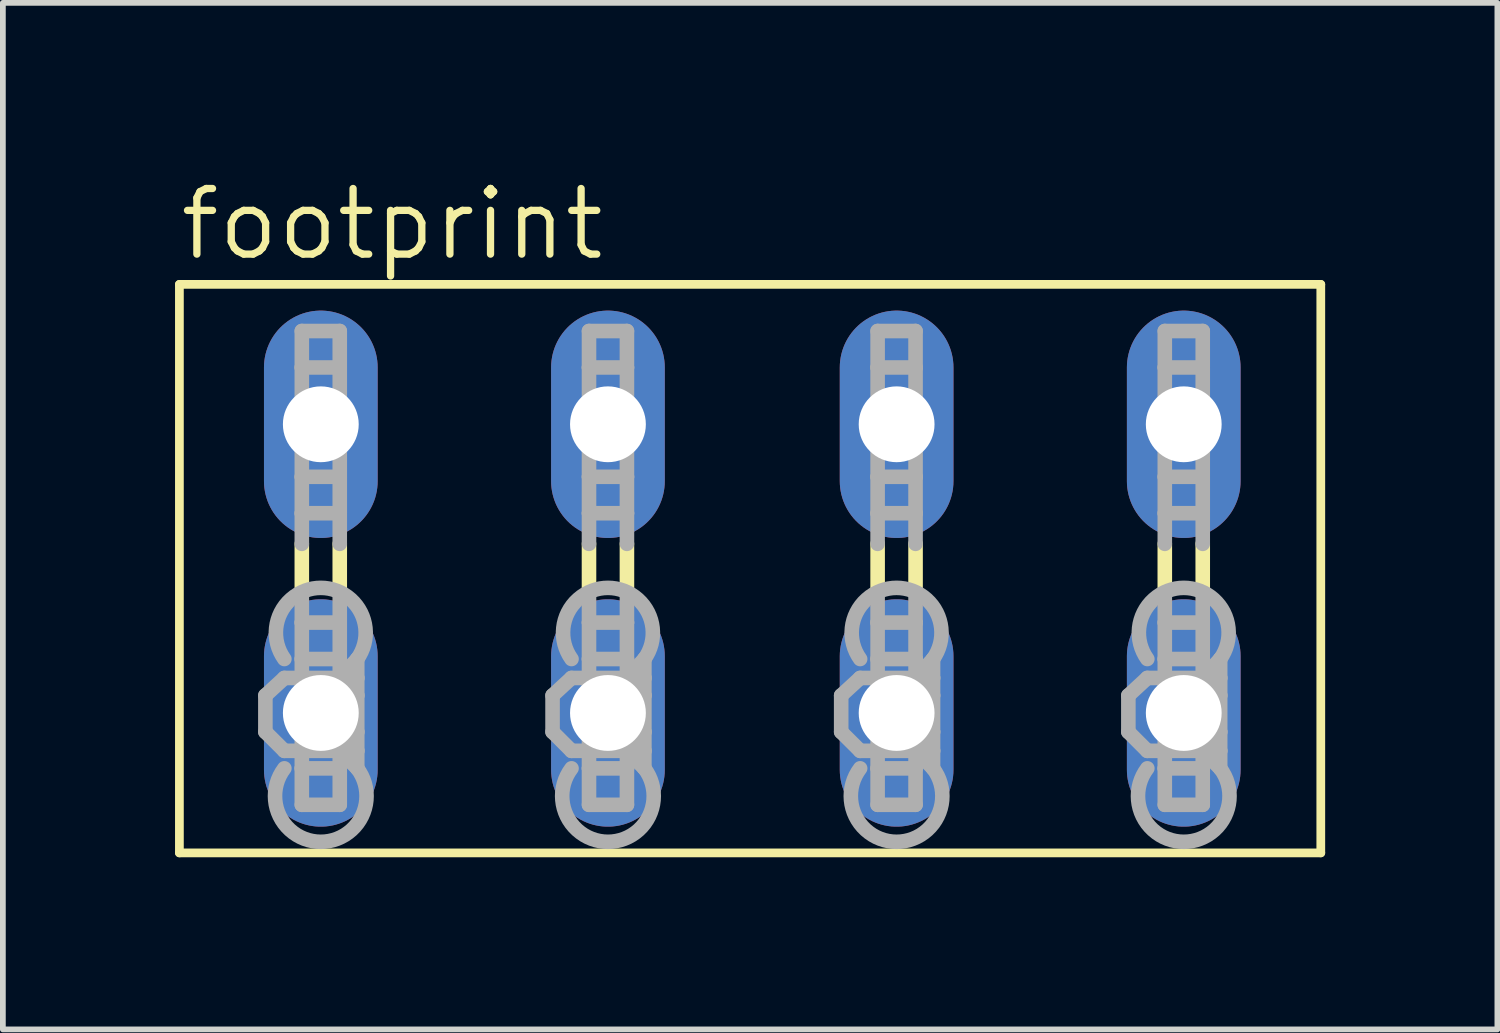
<source format=kicad_pcb>
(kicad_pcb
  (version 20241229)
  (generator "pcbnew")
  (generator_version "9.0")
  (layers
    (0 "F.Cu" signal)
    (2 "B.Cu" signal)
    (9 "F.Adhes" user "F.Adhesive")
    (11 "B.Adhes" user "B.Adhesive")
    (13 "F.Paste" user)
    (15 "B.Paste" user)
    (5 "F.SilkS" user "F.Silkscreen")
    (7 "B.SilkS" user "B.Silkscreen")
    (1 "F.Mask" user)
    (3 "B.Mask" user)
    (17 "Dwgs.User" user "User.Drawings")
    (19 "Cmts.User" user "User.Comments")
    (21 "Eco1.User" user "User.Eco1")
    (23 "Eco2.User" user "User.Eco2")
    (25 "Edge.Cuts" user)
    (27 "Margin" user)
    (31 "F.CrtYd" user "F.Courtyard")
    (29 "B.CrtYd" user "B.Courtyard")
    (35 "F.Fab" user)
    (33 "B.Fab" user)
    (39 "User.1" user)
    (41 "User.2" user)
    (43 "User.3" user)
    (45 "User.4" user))
  (footprint "footprint"
    (layer "F.Cu")
    (at 10.058 6.858)
    (property "Reference" "footprint" (at -10.033 -5.334 0) (layer "F.SilkS") (effects (font (size 1.143 1.143) (thickness 0.127)) (justify left bottom)))
    (fp_line (start -9.982 -4.953) (end -9.982 4.953) (stroke (width 0.152) (type solid)) (layer "F.SilkS"))
    (fp_line (start -9.982 -4.953) (end 9.906 -4.953) (stroke (width 0.152) (type solid)) (layer "F.SilkS"))
    (fp_line (start -7.849 0.432) (end -7.849 -0.432) (stroke (width 0.254) (type solid)) (layer "F.SilkS"))
    (fp_line (start -7.188 0.432) (end -7.188 -0.432) (stroke (width 0.254) (type solid)) (layer "F.SilkS"))
    (fp_line (start -2.845 0.432) (end -2.845 -0.432) (stroke (width 0.254) (type solid)) (layer "F.SilkS"))
    (fp_line (start -2.184 0.432) (end -2.184 -0.432) (stroke (width 0.254) (type solid)) (layer "F.SilkS"))
    (fp_line (start 2.184 0.432) (end 2.184 -0.432) (stroke (width 0.254) (type solid)) (layer "F.SilkS"))
    (fp_line (start 2.845 0.432) (end 2.845 -0.432) (stroke (width 0.254) (type solid)) (layer "F.SilkS"))
    (fp_line (start 7.188 0.432) (end 7.188 -0.432) (stroke (width 0.254) (type solid)) (layer "F.SilkS"))
    (fp_line (start 7.849 0.432) (end 7.849 -0.432) (stroke (width 0.254) (type solid)) (layer "F.SilkS"))
    (fp_line (start 9.906 4.953) (end -9.982 4.953) (stroke (width 0.152) (type solid)) (layer "F.SilkS"))
    (fp_line (start 9.906 4.953) (end 9.906 -4.953) (stroke (width 0.152) (type solid)) (layer "F.SilkS"))
    (fp_line (start -8.484 2.21) (end -8.153 1.905) (stroke (width 0.254) (type solid)) (layer "F.Fab"))
    (fp_line (start -8.484 2.845) (end -8.484 2.21) (stroke (width 0.254) (type solid)) (layer "F.Fab"))
    (fp_line (start -8.484 2.845) (end -8.153 3.175) (stroke (width 0.254) (type solid)) (layer "F.Fab"))
    (fp_line (start -7.849 -4.14) (end -7.188 -4.14) (stroke (width 0.254) (type solid)) (layer "F.Fab"))
    (fp_line (start -7.849 -3.505) (end -7.849 -4.14) (stroke (width 0.254) (type solid)) (layer "F.Fab"))
    (fp_line (start -7.849 -3.505) (end -7.849 -1.6) (stroke (width 0.254) (type solid)) (layer "F.Fab"))
    (fp_line (start -7.849 -1.6) (end -7.849 -0.965) (stroke (width 0.254) (type solid)) (layer "F.Fab"))
    (fp_line (start -7.849 -1.6) (end -7.188 -1.6) (stroke (width 0.254) (type solid)) (layer "F.Fab"))
    (fp_line (start -7.849 -0.965) (end -7.188 -0.965) (stroke (width 0.254) (type solid)) (layer "F.Fab"))
    (fp_line (start -7.849 -0.432) (end -7.849 -0.965) (stroke (width 0.254) (type solid)) (layer "F.Fab"))
    (fp_line (start -7.849 0.94) (end -7.849 0.432) (stroke (width 0.254) (type solid)) (layer "F.Fab"))
    (fp_line (start -7.849 0.94) (end -7.188 0.94) (stroke (width 0.254) (type solid)) (layer "F.Fab"))
    (fp_line (start -7.849 1.575) (end -7.849 0.94) (stroke (width 0.254) (type solid)) (layer "F.Fab"))
    (fp_line (start -7.849 1.575) (end -7.849 3.48) (stroke (width 0.254) (type solid)) (layer "F.Fab"))
    (fp_line (start -7.849 3.48) (end -7.849 4.115) (stroke (width 0.254) (type solid)) (layer "F.Fab"))
    (fp_line (start -7.849 3.48) (end -7.188 3.48) (stroke (width 0.254) (type solid)) (layer "F.Fab"))
    (fp_line (start -7.849 4.115) (end -7.188 4.115) (stroke (width 0.254) (type solid)) (layer "F.Fab"))
    (fp_line (start -7.188 -4.14) (end -7.188 -3.505) (stroke (width 0.254) (type solid)) (layer "F.Fab"))
    (fp_line (start -7.188 -3.505) (end -7.849 -3.505) (stroke (width 0.254) (type solid)) (layer "F.Fab"))
    (fp_line (start -7.188 -1.6) (end -7.188 -3.505) (stroke (width 0.254) (type solid)) (layer "F.Fab"))
    (fp_line (start -7.188 -0.965) (end -7.188 -1.6) (stroke (width 0.254) (type solid)) (layer "F.Fab"))
    (fp_line (start -7.188 -0.432) (end -7.188 -0.965) (stroke (width 0.254) (type solid)) (layer "F.Fab"))
    (fp_line (start -7.188 0.94) (end -7.188 0.432) (stroke (width 0.254) (type solid)) (layer "F.Fab"))
    (fp_line (start -7.188 0.94) (end -7.188 1.575) (stroke (width 0.254) (type solid)) (layer "F.Fab"))
    (fp_line (start -7.188 1.575) (end -7.849 1.575) (stroke (width 0.254) (type solid)) (layer "F.Fab"))
    (fp_line (start -7.188 1.905) (end -8.153 1.905) (stroke (width 0.254) (type solid)) (layer "F.Fab"))
    (fp_line (start -7.188 1.905) (end -7.188 1.575) (stroke (width 0.254) (type solid)) (layer "F.Fab"))
    (fp_line (start -7.188 1.905) (end -6.883 1.575) (stroke (width 0.254) (type solid)) (layer "F.Fab"))
    (fp_line (start -7.188 1.905) (end -6.883 2.21) (stroke (width 0.254) (type solid)) (layer "F.Fab"))
    (fp_line (start -7.188 3.175) (end -8.153 3.175) (stroke (width 0.254) (type solid)) (layer "F.Fab"))
    (fp_line (start -7.188 3.175) (end -7.188 1.905) (stroke (width 0.254) (type solid)) (layer "F.Fab"))
    (fp_line (start -7.188 3.175) (end -6.883 2.845) (stroke (width 0.254) (type solid)) (layer "F.Fab"))
    (fp_line (start -7.188 3.175) (end -6.883 3.48) (stroke (width 0.254) (type solid)) (layer "F.Fab"))
    (fp_line (start -7.188 3.48) (end -7.188 3.175) (stroke (width 0.254) (type solid)) (layer "F.Fab"))
    (fp_line (start -7.188 4.115) (end -7.188 3.48) (stroke (width 0.254) (type solid)) (layer "F.Fab"))
    (fp_line (start -6.883 1.905) (end -7.188 1.905) (stroke (width 0.254) (type solid)) (layer "F.Fab"))
    (fp_line (start -6.883 1.905) (end -6.883 1.575) (stroke (width 0.254) (type solid)) (layer "F.Fab"))
    (fp_line (start -6.883 2.21) (end -6.883 1.905) (stroke (width 0.254) (type solid)) (layer "F.Fab"))
    (fp_line (start -6.883 2.845) (end -6.883 2.21) (stroke (width 0.254) (type solid)) (layer "F.Fab"))
    (fp_line (start -6.883 3.175) (end -7.188 3.175) (stroke (width 0.254) (type solid)) (layer "F.Fab"))
    (fp_line (start -6.883 3.175) (end -6.883 2.845) (stroke (width 0.254) (type solid)) (layer "F.Fab"))
    (fp_line (start -6.883 3.48) (end -6.883 3.175) (stroke (width 0.254) (type solid)) (layer "F.Fab"))
    (fp_line (start -3.48 2.21) (end -3.15 1.905) (stroke (width 0.254) (type solid)) (layer "F.Fab"))
    (fp_line (start -3.48 2.845) (end -3.48 2.21) (stroke (width 0.254) (type solid)) (layer "F.Fab"))
    (fp_line (start -3.48 2.845) (end -3.15 3.175) (stroke (width 0.254) (type solid)) (layer "F.Fab"))
    (fp_line (start -2.845 -4.14) (end -2.184 -4.14) (stroke (width 0.254) (type solid)) (layer "F.Fab"))
    (fp_line (start -2.845 -3.505) (end -2.845 -4.14) (stroke (width 0.254) (type solid)) (layer "F.Fab"))
    (fp_line (start -2.845 -3.505) (end -2.845 -1.6) (stroke (width 0.254) (type solid)) (layer "F.Fab"))
    (fp_line (start -2.845 -1.6) (end -2.845 -0.965) (stroke (width 0.254) (type solid)) (layer "F.Fab"))
    (fp_line (start -2.845 -1.6) (end -2.184 -1.6) (stroke (width 0.254) (type solid)) (layer "F.Fab"))
    (fp_line (start -2.845 -0.965) (end -2.184 -0.965) (stroke (width 0.254) (type solid)) (layer "F.Fab"))
    (fp_line (start -2.845 -0.432) (end -2.845 -0.965) (stroke (width 0.254) (type solid)) (layer "F.Fab"))
    (fp_line (start -2.845 0.94) (end -2.845 0.432) (stroke (width 0.254) (type solid)) (layer "F.Fab"))
    (fp_line (start -2.845 0.94) (end -2.184 0.94) (stroke (width 0.254) (type solid)) (layer "F.Fab"))
    (fp_line (start -2.845 1.575) (end -2.845 0.94) (stroke (width 0.254) (type solid)) (layer "F.Fab"))
    (fp_line (start -2.845 1.575) (end -2.845 3.48) (stroke (width 0.254) (type solid)) (layer "F.Fab"))
    (fp_line (start -2.845 3.48) (end -2.845 4.115) (stroke (width 0.254) (type solid)) (layer "F.Fab"))
    (fp_line (start -2.845 3.48) (end -2.184 3.48) (stroke (width 0.254) (type solid)) (layer "F.Fab"))
    (fp_line (start -2.845 4.115) (end -2.184 4.115) (stroke (width 0.254) (type solid)) (layer "F.Fab"))
    (fp_line (start -2.184 -4.14) (end -2.184 -3.505) (stroke (width 0.254) (type solid)) (layer "F.Fab"))
    (fp_line (start -2.184 -3.505) (end -2.845 -3.505) (stroke (width 0.254) (type solid)) (layer "F.Fab"))
    (fp_line (start -2.184 -1.6) (end -2.184 -3.505) (stroke (width 0.254) (type solid)) (layer "F.Fab"))
    (fp_line (start -2.184 -0.965) (end -2.184 -1.6) (stroke (width 0.254) (type solid)) (layer "F.Fab"))
    (fp_line (start -2.184 -0.432) (end -2.184 -0.965) (stroke (width 0.254) (type solid)) (layer "F.Fab"))
    (fp_line (start -2.184 0.94) (end -2.184 0.432) (stroke (width 0.254) (type solid)) (layer "F.Fab"))
    (fp_line (start -2.184 0.94) (end -2.184 1.575) (stroke (width 0.254) (type solid)) (layer "F.Fab"))
    (fp_line (start -2.184 1.575) (end -2.845 1.575) (stroke (width 0.254) (type solid)) (layer "F.Fab"))
    (fp_line (start -2.184 1.905) (end -3.15 1.905) (stroke (width 0.254) (type solid)) (layer "F.Fab"))
    (fp_line (start -2.184 1.905) (end -2.184 1.575) (stroke (width 0.254) (type solid)) (layer "F.Fab"))
    (fp_line (start -2.184 1.905) (end -1.88 1.575) (stroke (width 0.254) (type solid)) (layer "F.Fab"))
    (fp_line (start -2.184 1.905) (end -1.88 2.21) (stroke (width 0.254) (type solid)) (layer "F.Fab"))
    (fp_line (start -2.184 3.175) (end -3.15 3.175) (stroke (width 0.254) (type solid)) (layer "F.Fab"))
    (fp_line (start -2.184 3.175) (end -2.184 1.905) (stroke (width 0.254) (type solid)) (layer "F.Fab"))
    (fp_line (start -2.184 3.175) (end -1.88 2.845) (stroke (width 0.254) (type solid)) (layer "F.Fab"))
    (fp_line (start -2.184 3.175) (end -1.88 3.48) (stroke (width 0.254) (type solid)) (layer "F.Fab"))
    (fp_line (start -2.184 3.48) (end -2.184 3.175) (stroke (width 0.254) (type solid)) (layer "F.Fab"))
    (fp_line (start -2.184 4.115) (end -2.184 3.48) (stroke (width 0.254) (type solid)) (layer "F.Fab"))
    (fp_line (start -1.88 1.905) (end -2.184 1.905) (stroke (width 0.254) (type solid)) (layer "F.Fab"))
    (fp_line (start -1.88 1.905) (end -1.88 1.575) (stroke (width 0.254) (type solid)) (layer "F.Fab"))
    (fp_line (start -1.88 2.21) (end -1.88 1.905) (stroke (width 0.254) (type solid)) (layer "F.Fab"))
    (fp_line (start -1.88 2.845) (end -1.88 2.21) (stroke (width 0.254) (type solid)) (layer "F.Fab"))
    (fp_line (start -1.88 3.175) (end -2.184 3.175) (stroke (width 0.254) (type solid)) (layer "F.Fab"))
    (fp_line (start -1.88 3.175) (end -1.88 2.845) (stroke (width 0.254) (type solid)) (layer "F.Fab"))
    (fp_line (start -1.88 3.48) (end -1.88 3.175) (stroke (width 0.254) (type solid)) (layer "F.Fab"))
    (fp_line (start 1.549 2.21) (end 1.88 1.905) (stroke (width 0.254) (type solid)) (layer "F.Fab"))
    (fp_line (start 1.549 2.845) (end 1.549 2.21) (stroke (width 0.254) (type solid)) (layer "F.Fab"))
    (fp_line (start 1.549 2.845) (end 1.88 3.175) (stroke (width 0.254) (type solid)) (layer "F.Fab"))
    (fp_line (start 2.184 -4.14) (end 2.845 -4.14) (stroke (width 0.254) (type solid)) (layer "F.Fab"))
    (fp_line (start 2.184 -3.505) (end 2.184 -4.14) (stroke (width 0.254) (type solid)) (layer "F.Fab"))
    (fp_line (start 2.184 -3.505) (end 2.184 -1.6) (stroke (width 0.254) (type solid)) (layer "F.Fab"))
    (fp_line (start 2.184 -1.6) (end 2.845 -1.6) (stroke (width 0.254) (type solid)) (layer "F.Fab"))
    (fp_line (start 2.184 -0.965) (end 2.184 -1.6) (stroke (width 0.254) (type solid)) (layer "F.Fab"))
    (fp_line (start 2.184 -0.965) (end 2.845 -0.965) (stroke (width 0.254) (type solid)) (layer "F.Fab"))
    (fp_line (start 2.184 -0.432) (end 2.184 -0.965) (stroke (width 0.254) (type solid)) (layer "F.Fab"))
    (fp_line (start 2.184 0.94) (end 2.184 0.432) (stroke (width 0.254) (type solid)) (layer "F.Fab"))
    (fp_line (start 2.184 0.94) (end 2.845 0.94) (stroke (width 0.254) (type solid)) (layer "F.Fab"))
    (fp_line (start 2.184 1.575) (end 2.184 0.94) (stroke (width 0.254) (type solid)) (layer "F.Fab"))
    (fp_line (start 2.184 1.575) (end 2.184 3.48) (stroke (width 0.254) (type solid)) (layer "F.Fab"))
    (fp_line (start 2.184 3.48) (end 2.184 4.115) (stroke (width 0.254) (type solid)) (layer "F.Fab"))
    (fp_line (start 2.184 3.48) (end 2.845 3.48) (stroke (width 0.254) (type solid)) (layer "F.Fab"))
    (fp_line (start 2.184 4.115) (end 2.845 4.115) (stroke (width 0.254) (type solid)) (layer "F.Fab"))
    (fp_line (start 2.845 -4.14) (end 2.845 -3.505) (stroke (width 0.254) (type solid)) (layer "F.Fab"))
    (fp_line (start 2.845 -3.505) (end 2.184 -3.505) (stroke (width 0.254) (type solid)) (layer "F.Fab"))
    (fp_line (start 2.845 -1.6) (end 2.845 -3.505) (stroke (width 0.254) (type solid)) (layer "F.Fab"))
    (fp_line (start 2.845 -0.965) (end 2.845 -1.6) (stroke (width 0.254) (type solid)) (layer "F.Fab"))
    (fp_line (start 2.845 -0.432) (end 2.845 -0.965) (stroke (width 0.254) (type solid)) (layer "F.Fab"))
    (fp_line (start 2.845 0.94) (end 2.845 0.432) (stroke (width 0.254) (type solid)) (layer "F.Fab"))
    (fp_line (start 2.845 0.94) (end 2.845 1.575) (stroke (width 0.254) (type solid)) (layer "F.Fab"))
    (fp_line (start 2.845 1.575) (end 2.184 1.575) (stroke (width 0.254) (type solid)) (layer "F.Fab"))
    (fp_line (start 2.845 1.905) (end 1.88 1.905) (stroke (width 0.254) (type solid)) (layer "F.Fab"))
    (fp_line (start 2.845 1.905) (end 2.845 1.575) (stroke (width 0.254) (type solid)) (layer "F.Fab"))
    (fp_line (start 2.845 1.905) (end 3.15 1.575) (stroke (width 0.254) (type solid)) (layer "F.Fab"))
    (fp_line (start 2.845 1.905) (end 3.15 2.21) (stroke (width 0.254) (type solid)) (layer "F.Fab"))
    (fp_line (start 2.845 3.175) (end 1.88 3.175) (stroke (width 0.254) (type solid)) (layer "F.Fab"))
    (fp_line (start 2.845 3.175) (end 2.845 1.905) (stroke (width 0.254) (type solid)) (layer "F.Fab"))
    (fp_line (start 2.845 3.175) (end 3.15 2.845) (stroke (width 0.254) (type solid)) (layer "F.Fab"))
    (fp_line (start 2.845 3.175) (end 3.15 3.48) (stroke (width 0.254) (type solid)) (layer "F.Fab"))
    (fp_line (start 2.845 3.48) (end 2.845 3.175) (stroke (width 0.254) (type solid)) (layer "F.Fab"))
    (fp_line (start 2.845 4.115) (end 2.845 3.48) (stroke (width 0.254) (type solid)) (layer "F.Fab"))
    (fp_line (start 3.15 1.905) (end 2.845 1.905) (stroke (width 0.254) (type solid)) (layer "F.Fab"))
    (fp_line (start 3.15 1.905) (end 3.15 1.575) (stroke (width 0.254) (type solid)) (layer "F.Fab"))
    (fp_line (start 3.15 2.21) (end 3.15 1.905) (stroke (width 0.254) (type solid)) (layer "F.Fab"))
    (fp_line (start 3.15 2.845) (end 3.15 2.21) (stroke (width 0.254) (type solid)) (layer "F.Fab"))
    (fp_line (start 3.15 3.175) (end 2.845 3.175) (stroke (width 0.254) (type solid)) (layer "F.Fab"))
    (fp_line (start 3.15 3.175) (end 3.15 2.845) (stroke (width 0.254) (type solid)) (layer "F.Fab"))
    (fp_line (start 3.15 3.48) (end 3.15 3.175) (stroke (width 0.254) (type solid)) (layer "F.Fab"))
    (fp_line (start 6.553 2.21) (end 6.883 1.905) (stroke (width 0.254) (type solid)) (layer "F.Fab"))
    (fp_line (start 6.553 2.845) (end 6.553 2.21) (stroke (width 0.254) (type solid)) (layer "F.Fab"))
    (fp_line (start 6.553 2.845) (end 6.883 3.175) (stroke (width 0.254) (type solid)) (layer "F.Fab"))
    (fp_line (start 7.188 -4.14) (end 7.849 -4.14) (stroke (width 0.254) (type solid)) (layer "F.Fab"))
    (fp_line (start 7.188 -3.505) (end 7.188 -4.14) (stroke (width 0.254) (type solid)) (layer "F.Fab"))
    (fp_line (start 7.188 -3.505) (end 7.188 -1.6) (stroke (width 0.254) (type solid)) (layer "F.Fab"))
    (fp_line (start 7.188 -1.6) (end 7.849 -1.6) (stroke (width 0.254) (type solid)) (layer "F.Fab"))
    (fp_line (start 7.188 -0.965) (end 7.188 -1.6) (stroke (width 0.254) (type solid)) (layer "F.Fab"))
    (fp_line (start 7.188 -0.965) (end 7.849 -0.965) (stroke (width 0.254) (type solid)) (layer "F.Fab"))
    (fp_line (start 7.188 -0.432) (end 7.188 -0.965) (stroke (width 0.254) (type solid)) (layer "F.Fab"))
    (fp_line (start 7.188 0.94) (end 7.188 0.432) (stroke (width 0.254) (type solid)) (layer "F.Fab"))
    (fp_line (start 7.188 0.94) (end 7.849 0.94) (stroke (width 0.254) (type solid)) (layer "F.Fab"))
    (fp_line (start 7.188 1.575) (end 7.188 0.94) (stroke (width 0.254) (type solid)) (layer "F.Fab"))
    (fp_line (start 7.188 1.575) (end 7.188 3.48) (stroke (width 0.254) (type solid)) (layer "F.Fab"))
    (fp_line (start 7.188 3.48) (end 7.188 4.115) (stroke (width 0.254) (type solid)) (layer "F.Fab"))
    (fp_line (start 7.188 3.48) (end 7.849 3.48) (stroke (width 0.254) (type solid)) (layer "F.Fab"))
    (fp_line (start 7.188 4.115) (end 7.849 4.115) (stroke (width 0.254) (type solid)) (layer "F.Fab"))
    (fp_line (start 7.849 -4.14) (end 7.849 -3.505) (stroke (width 0.254) (type solid)) (layer "F.Fab"))
    (fp_line (start 7.849 -3.505) (end 7.188 -3.505) (stroke (width 0.254) (type solid)) (layer "F.Fab"))
    (fp_line (start 7.849 -1.6) (end 7.849 -3.505) (stroke (width 0.254) (type solid)) (layer "F.Fab"))
    (fp_line (start 7.849 -0.965) (end 7.849 -1.6) (stroke (width 0.254) (type solid)) (layer "F.Fab"))
    (fp_line (start 7.849 -0.432) (end 7.849 -0.965) (stroke (width 0.254) (type solid)) (layer "F.Fab"))
    (fp_line (start 7.849 0.94) (end 7.849 0.432) (stroke (width 0.254) (type solid)) (layer "F.Fab"))
    (fp_line (start 7.849 0.94) (end 7.849 1.575) (stroke (width 0.254) (type solid)) (layer "F.Fab"))
    (fp_line (start 7.849 1.575) (end 7.188 1.575) (stroke (width 0.254) (type solid)) (layer "F.Fab"))
    (fp_line (start 7.849 1.905) (end 6.883 1.905) (stroke (width 0.254) (type solid)) (layer "F.Fab"))
    (fp_line (start 7.849 1.905) (end 7.849 1.575) (stroke (width 0.254) (type solid)) (layer "F.Fab"))
    (fp_line (start 7.849 1.905) (end 8.153 1.575) (stroke (width 0.254) (type solid)) (layer "F.Fab"))
    (fp_line (start 7.849 1.905) (end 8.153 2.21) (stroke (width 0.254) (type solid)) (layer "F.Fab"))
    (fp_line (start 7.849 3.175) (end 6.883 3.175) (stroke (width 0.254) (type solid)) (layer "F.Fab"))
    (fp_line (start 7.849 3.175) (end 7.849 1.905) (stroke (width 0.254) (type solid)) (layer "F.Fab"))
    (fp_line (start 7.849 3.175) (end 8.153 2.845) (stroke (width 0.254) (type solid)) (layer "F.Fab"))
    (fp_line (start 7.849 3.175) (end 8.153 3.48) (stroke (width 0.254) (type solid)) (layer "F.Fab"))
    (fp_line (start 7.849 3.48) (end 7.849 3.175) (stroke (width 0.254) (type solid)) (layer "F.Fab"))
    (fp_line (start 7.849 4.115) (end 7.849 3.48) (stroke (width 0.254) (type solid)) (layer "F.Fab"))
    (fp_line (start 8.153 1.905) (end 7.849 1.905) (stroke (width 0.254) (type solid)) (layer "F.Fab"))
    (fp_line (start 8.153 1.905) (end 8.153 1.575) (stroke (width 0.254) (type solid)) (layer "F.Fab"))
    (fp_line (start 8.153 2.21) (end 8.153 1.905) (stroke (width 0.254) (type solid)) (layer "F.Fab"))
    (fp_line (start 8.153 2.845) (end 8.153 2.21) (stroke (width 0.254) (type solid)) (layer "F.Fab"))
    (fp_line (start 8.153 3.175) (end 7.849 3.175) (stroke (width 0.254) (type solid)) (layer "F.Fab"))
    (fp_line (start 8.153 3.175) (end 8.153 2.845) (stroke (width 0.254) (type solid)) (layer "F.Fab"))
    (fp_line (start 8.153 3.48) (end 8.153 3.175) (stroke (width 0.254) (type solid)) (layer "F.Fab"))
    (fp_arc (start -8.1534 1.5748) (mid -7.518401 0.33513) (end -6.883399 1.574799) (stroke (width 0.254) (type solid)) (layer "F.Fab"))
    (fp_arc (start -6.8834 3.4798) (mid -7.5184 4.759976) (end -8.1534 3.4798) (stroke (width 0.254) (type solid)) (layer "F.Fab"))
    (fp_arc (start -3.1496 1.5748) (mid -2.514601 0.33513) (end -1.879599 1.574799) (stroke (width 0.254) (type solid)) (layer "F.Fab"))
    (fp_arc (start -1.8796 3.4798) (mid -2.5146 4.759976) (end -3.1496 3.4798) (stroke (width 0.254) (type solid)) (layer "F.Fab"))
    (fp_arc (start 1.8796 1.5748) (mid 2.514599 0.33513) (end 3.149601 1.574799) (stroke (width 0.254) (type solid)) (layer "F.Fab"))
    (fp_arc (start 3.1496 3.4798) (mid 2.5146 4.759976) (end 1.8796 3.4798) (stroke (width 0.254) (type solid)) (layer "F.Fab"))
    (fp_arc (start 6.8834 1.5748) (mid 7.518399 0.33513) (end 8.153401 1.574799) (stroke (width 0.254) (type solid)) (layer "F.Fab"))
    (fp_arc (start 8.1534 3.4798) (mid 7.5184 4.759976) (end 6.8834 3.4798) (stroke (width 0.254) (type solid)) (layer "F.Fab"))
    (pad "1" thru_hole oval (at -7.518 2.515 90) (size 3.962 1.981) (drill 1.321) (layers "*.Cu" "*.Mask"))
    (pad "2" thru_hole oval (at -7.518 -2.515 90) (size 3.962 1.981) (drill 1.321) (layers "*.Cu" "*.Mask"))
    (pad "3" thru_hole oval (at -2.515 2.515 90) (size 3.962 1.981) (drill 1.321) (layers "*.Cu" "*.Mask"))
    (pad "4" thru_hole oval (at -2.515 -2.515 90) (size 3.962 1.981) (drill 1.321) (layers "*.Cu" "*.Mask"))
    (pad "5" thru_hole oval (at 2.515 2.515 90) (size 3.962 1.981) (drill 1.321) (layers "*.Cu" "*.Mask"))
    (pad "6" thru_hole oval (at 2.515 -2.515 90) (size 3.962 1.981) (drill 1.321) (layers "*.Cu" "*.Mask"))
    (pad "7" thru_hole oval (at 7.518 2.515 90) (size 3.962 1.981) (drill 1.321) (layers "*.Cu" "*.Mask"))
    (pad "8" thru_hole oval (at 7.518 -2.515 90) (size 3.962 1.981) (drill 1.321) (layers "*.Cu" "*.Mask")))
  (gr_rect
    (start -3 -3)
    (end 23.041 14.887)
    (stroke (width 0.1) (type default))
    (fill no)
    (layer "Edge.Cuts")))
</source>
